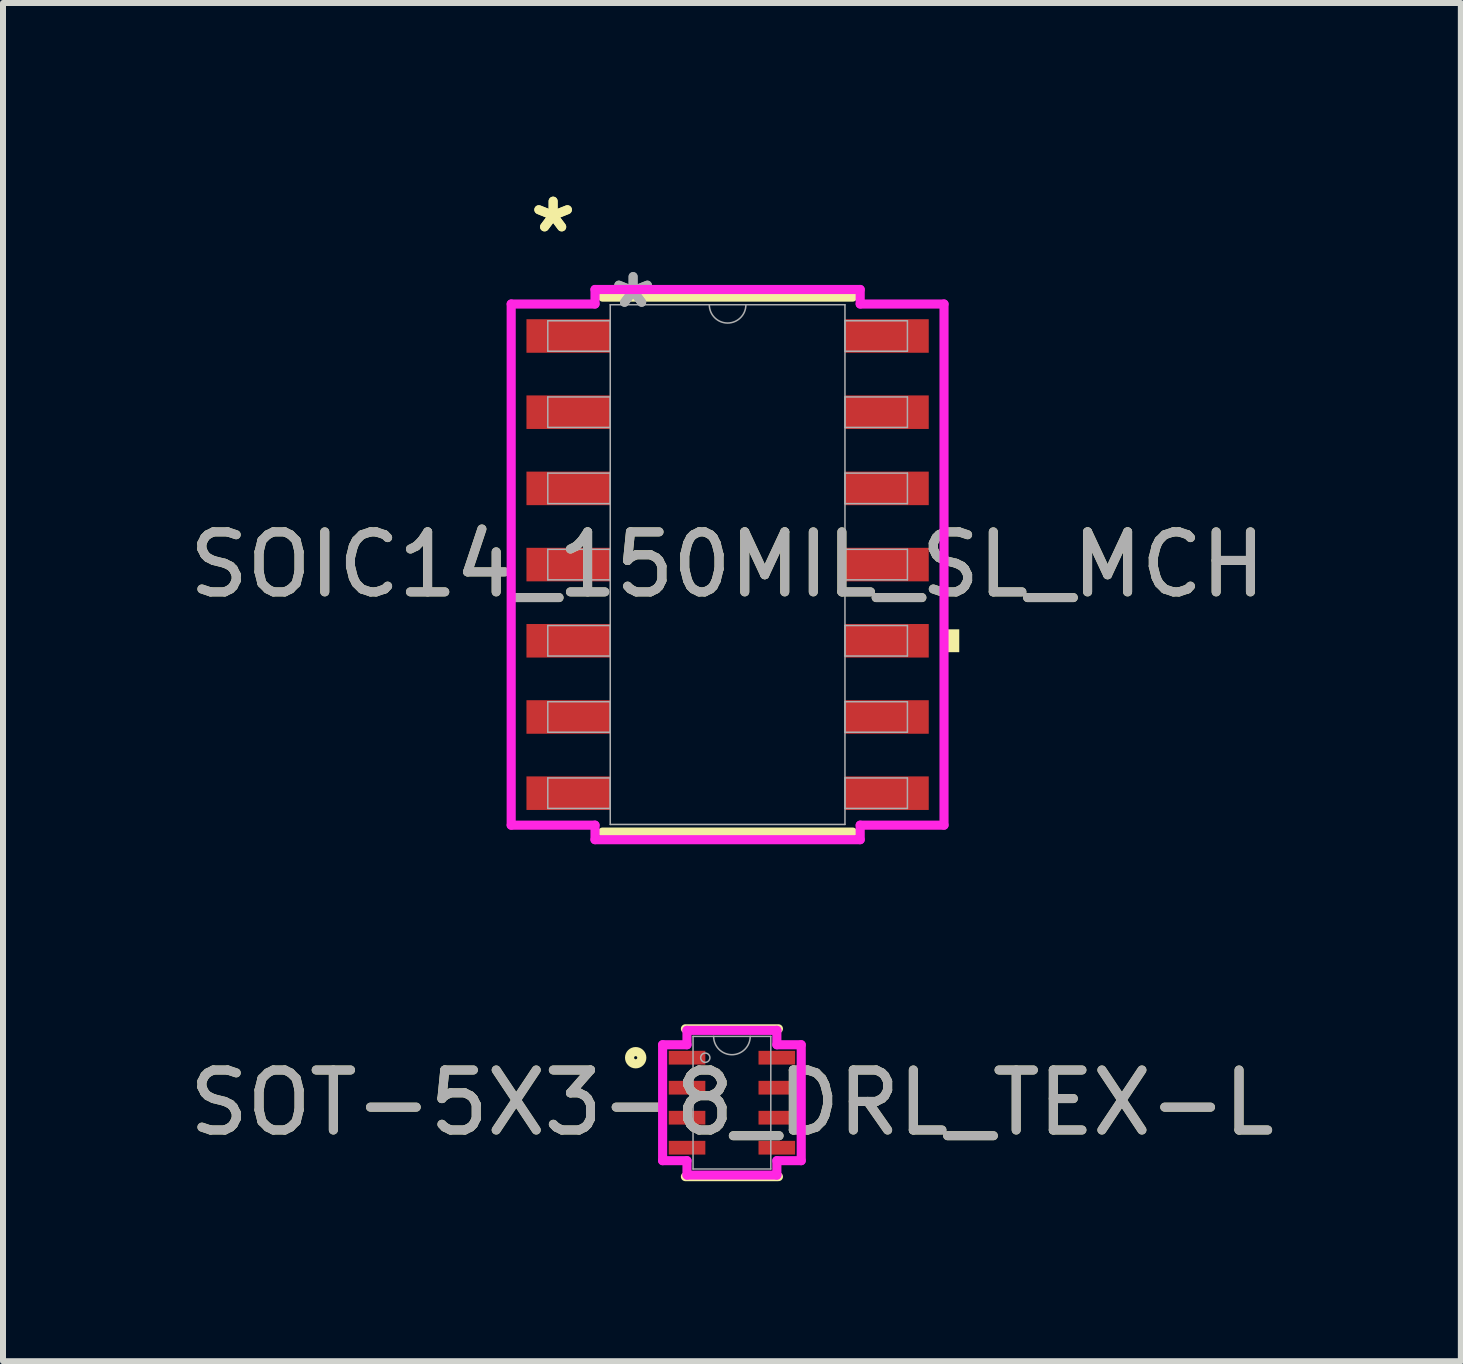
<source format=kicad_pcb>
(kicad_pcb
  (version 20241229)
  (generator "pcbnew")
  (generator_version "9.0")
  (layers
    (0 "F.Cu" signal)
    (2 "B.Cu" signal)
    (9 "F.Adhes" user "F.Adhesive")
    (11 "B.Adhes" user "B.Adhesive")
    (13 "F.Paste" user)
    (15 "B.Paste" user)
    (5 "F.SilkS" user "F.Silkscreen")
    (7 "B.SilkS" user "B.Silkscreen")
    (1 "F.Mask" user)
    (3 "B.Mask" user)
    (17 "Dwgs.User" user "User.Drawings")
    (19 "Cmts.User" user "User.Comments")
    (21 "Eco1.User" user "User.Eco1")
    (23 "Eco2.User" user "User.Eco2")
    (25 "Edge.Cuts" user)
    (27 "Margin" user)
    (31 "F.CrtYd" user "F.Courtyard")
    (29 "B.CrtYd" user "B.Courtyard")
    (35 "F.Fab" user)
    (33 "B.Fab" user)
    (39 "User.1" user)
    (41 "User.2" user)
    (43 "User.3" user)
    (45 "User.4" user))
  (footprint "SOT-5X3-8_DRL_TEX-L"
    (layer "F.Cu")
    (at 9.149 15.329)
    (property "Reference" "SOT-5X3-8_DRL_TEX-L" (at 0 0 0) (unlocked yes) (layer "F.SilkS") (effects (font (size 1 1) (thickness 0.15))))
    (attr smd)
    (fp_line (start -0.775 1.232) (end 0.775 1.232) (stroke (width 0.152) (type solid)) (layer "F.SilkS"))
    (fp_line (start 0.775 -1.232) (end -0.775 -1.232) (stroke (width 0.152) (type solid)) (layer "F.SilkS"))
    (fp_circle (center -1.604 -0.75) (end -1.502 -0.75) (stroke (width 0.152) (type solid)) (fill no) (layer "F.SilkS"))
    (fp_line (start -1.155 -0.966) (end -0.749 -0.966) (stroke (width 0.152) (type solid)) (layer "F.CrtYd"))
    (fp_line (start -1.155 0.966) (end -1.155 -0.966) (stroke (width 0.152) (type solid)) (layer "F.CrtYd"))
    (fp_line (start -1.155 0.966) (end -0.749 0.966) (stroke (width 0.152) (type solid)) (layer "F.CrtYd"))
    (fp_line (start -0.749 -1.206) (end 0.749 -1.206) (stroke (width 0.152) (type solid)) (layer "F.CrtYd"))
    (fp_line (start -0.749 -0.966) (end -0.749 -1.206) (stroke (width 0.152) (type solid)) (layer "F.CrtYd"))
    (fp_line (start -0.749 1.206) (end -0.749 0.966) (stroke (width 0.152) (type solid)) (layer "F.CrtYd"))
    (fp_line (start 0.749 -1.206) (end 0.749 -0.966) (stroke (width 0.152) (type solid)) (layer "F.CrtYd"))
    (fp_line (start 0.749 0.966) (end 0.749 1.206) (stroke (width 0.152) (type solid)) (layer "F.CrtYd"))
    (fp_line (start 0.749 1.206) (end -0.749 1.206) (stroke (width 0.152) (type solid)) (layer "F.CrtYd"))
    (fp_line (start 1.155 -0.966) (end 0.749 -0.966) (stroke (width 0.152) (type solid)) (layer "F.CrtYd"))
    (fp_line (start 1.155 -0.966) (end 1.155 0.966) (stroke (width 0.152) (type solid)) (layer "F.CrtYd"))
    (fp_line (start 1.155 0.966) (end 0.749 0.966) (stroke (width 0.152) (type solid)) (layer "F.CrtYd"))
    (fp_line (start -0.648 -1.105) (end -0.648 1.105) (stroke (width 0.025) (type solid)) (layer "F.Fab"))
    (fp_line (start -0.648 1.105) (end 0.648 1.105) (stroke (width 0.025) (type solid)) (layer "F.Fab"))
    (fp_line (start 0.648 -1.105) (end -0.648 -1.105) (stroke (width 0.025) (type solid)) (layer "F.Fab"))
    (fp_line (start 0.648 1.105) (end 0.648 -1.105) (stroke (width 0.025) (type solid)) (layer "F.Fab"))
    (fp_arc (start 0.3048 -1.1049) (mid 0 -0.8001) (end -0.3048 -1.1049) (stroke (width 0.0254) (type solid)) (layer "F.Fab"))
    (fp_circle (center -0.444 -0.75) (end -0.367 -0.75) (stroke (width 0.025) (type solid)) (fill no) (layer "F.Fab"))
    (fp_text user "${REFERENCE}" (at 0 0 0) (unlocked yes) (layer "F.Fab") (effects (font (size 1 1) (thickness 0.15))))
    (pad "1" smd rect (at -0.748 -0.75) (size 0.61 0.229) (layers "F.Cu" "F.Mask" "F.Paste"))
    (pad "2" smd rect (at -0.748 -0.25) (size 0.61 0.229) (layers "F.Cu" "F.Mask" "F.Paste"))
    (pad "3" smd rect (at -0.748 0.25) (size 0.61 0.229) (layers "F.Cu" "F.Mask" "F.Paste"))
    (pad "4" smd rect (at -0.748 0.75) (size 0.61 0.229) (layers "F.Cu" "F.Mask" "F.Paste"))
    (pad "5" smd rect (at 0.748 0.75) (size 0.61 0.229) (layers "F.Cu" "F.Mask" "F.Paste"))
    (pad "6" smd rect (at 0.748 0.25) (size 0.61 0.229) (layers "F.Cu" "F.Mask" "F.Paste"))
    (pad "7" smd rect (at 0.748 -0.25) (size 0.61 0.229) (layers "F.Cu" "F.Mask" "F.Paste"))
    (pad "8" smd rect (at 0.748 -0.75) (size 0.61 0.229) (layers "F.Cu" "F.Mask" "F.Paste")))
  (footprint "SOIC14_150MIL_SL_MCH"
    (layer "F.Cu")
    (at 9.077 6.36)
    (property "Reference" "SOIC14_150MIL_SL_MCH" (at 0 0 0) (unlocked yes) (layer "F.SilkS") (effects (font (size 1 1) (thickness 0.15))))
    (attr smd)
    (fp_line (start -2.083 4.458) (end 2.083 4.458) (stroke (width 0.152) (type solid)) (layer "F.SilkS"))
    (fp_line (start 2.083 -4.458) (end -2.083 -4.458) (stroke (width 0.152) (type solid)) (layer "F.SilkS"))
    (fp_poly (pts (xy 3.861 1.079) (xy 3.861 1.46) (xy 3.607 1.46) (xy 3.607 1.079)) (stroke (width 0) (type solid)) (fill yes) (layer "F.SilkS"))
    (fp_line (start -3.607 -4.343) (end -2.21 -4.343) (stroke (width 0.152) (type solid)) (layer "F.CrtYd"))
    (fp_line (start -3.607 4.343) (end -3.607 -4.343) (stroke (width 0.152) (type solid)) (layer "F.CrtYd"))
    (fp_line (start -3.607 4.343) (end -2.21 4.343) (stroke (width 0.152) (type solid)) (layer "F.CrtYd"))
    (fp_line (start -2.21 -4.585) (end 2.21 -4.585) (stroke (width 0.152) (type solid)) (layer "F.CrtYd"))
    (fp_line (start -2.21 -4.343) (end -2.21 -4.585) (stroke (width 0.152) (type solid)) (layer "F.CrtYd"))
    (fp_line (start -2.21 4.585) (end -2.21 4.343) (stroke (width 0.152) (type solid)) (layer "F.CrtYd"))
    (fp_line (start 2.21 -4.585) (end 2.21 -4.343) (stroke (width 0.152) (type solid)) (layer "F.CrtYd"))
    (fp_line (start 2.21 4.343) (end 2.21 4.585) (stroke (width 0.152) (type solid)) (layer "F.CrtYd"))
    (fp_line (start 2.21 4.585) (end -2.21 4.585) (stroke (width 0.152) (type solid)) (layer "F.CrtYd"))
    (fp_line (start 3.607 -4.343) (end 2.21 -4.343) (stroke (width 0.152) (type solid)) (layer "F.CrtYd"))
    (fp_line (start 3.607 -4.343) (end 3.607 4.343) (stroke (width 0.152) (type solid)) (layer "F.CrtYd"))
    (fp_line (start 3.607 4.343) (end 2.21 4.343) (stroke (width 0.152) (type solid)) (layer "F.CrtYd"))
    (fp_line (start -2.997 -4.064) (end -2.997 -3.556) (stroke (width 0.025) (type solid)) (layer "F.Fab"))
    (fp_line (start -2.997 -3.556) (end -1.956 -3.556) (stroke (width 0.025) (type solid)) (layer "F.Fab"))
    (fp_line (start -2.997 -2.794) (end -2.997 -2.286) (stroke (width 0.025) (type solid)) (layer "F.Fab"))
    (fp_line (start -2.997 -2.286) (end -1.956 -2.286) (stroke (width 0.025) (type solid)) (layer "F.Fab"))
    (fp_line (start -2.997 -1.524) (end -2.997 -1.016) (stroke (width 0.025) (type solid)) (layer "F.Fab"))
    (fp_line (start -2.997 -1.016) (end -1.956 -1.016) (stroke (width 0.025) (type solid)) (layer "F.Fab"))
    (fp_line (start -2.997 -0.254) (end -2.997 0.254) (stroke (width 0.025) (type solid)) (layer "F.Fab"))
    (fp_line (start -2.997 0.254) (end -1.956 0.254) (stroke (width 0.025) (type solid)) (layer "F.Fab"))
    (fp_line (start -2.997 1.016) (end -2.997 1.524) (stroke (width 0.025) (type solid)) (layer "F.Fab"))
    (fp_line (start -2.997 1.524) (end -1.956 1.524) (stroke (width 0.025) (type solid)) (layer "F.Fab"))
    (fp_line (start -2.997 2.286) (end -2.997 2.794) (stroke (width 0.025) (type solid)) (layer "F.Fab"))
    (fp_line (start -2.997 2.794) (end -1.956 2.794) (stroke (width 0.025) (type solid)) (layer "F.Fab"))
    (fp_line (start -2.997 3.556) (end -2.997 4.064) (stroke (width 0.025) (type solid)) (layer "F.Fab"))
    (fp_line (start -2.997 4.064) (end -1.956 4.064) (stroke (width 0.025) (type solid)) (layer "F.Fab"))
    (fp_line (start -1.956 -4.331) (end -1.956 4.331) (stroke (width 0.025) (type solid)) (layer "F.Fab"))
    (fp_line (start -1.956 -4.064) (end -2.997 -4.064) (stroke (width 0.025) (type solid)) (layer "F.Fab"))
    (fp_line (start -1.956 -3.556) (end -1.956 -4.064) (stroke (width 0.025) (type solid)) (layer "F.Fab"))
    (fp_line (start -1.956 -2.794) (end -2.997 -2.794) (stroke (width 0.025) (type solid)) (layer "F.Fab"))
    (fp_line (start -1.956 -2.286) (end -1.956 -2.794) (stroke (width 0.025) (type solid)) (layer "F.Fab"))
    (fp_line (start -1.956 -1.524) (end -2.997 -1.524) (stroke (width 0.025) (type solid)) (layer "F.Fab"))
    (fp_line (start -1.956 -1.016) (end -1.956 -1.524) (stroke (width 0.025) (type solid)) (layer "F.Fab"))
    (fp_line (start -1.956 -0.254) (end -2.997 -0.254) (stroke (width 0.025) (type solid)) (layer "F.Fab"))
    (fp_line (start -1.956 0.254) (end -1.956 -0.254) (stroke (width 0.025) (type solid)) (layer "F.Fab"))
    (fp_line (start -1.956 1.016) (end -2.997 1.016) (stroke (width 0.025) (type solid)) (layer "F.Fab"))
    (fp_line (start -1.956 1.524) (end -1.956 1.016) (stroke (width 0.025) (type solid)) (layer "F.Fab"))
    (fp_line (start -1.956 2.286) (end -2.997 2.286) (stroke (width 0.025) (type solid)) (layer "F.Fab"))
    (fp_line (start -1.956 2.794) (end -1.956 2.286) (stroke (width 0.025) (type solid)) (layer "F.Fab"))
    (fp_line (start -1.956 3.556) (end -2.997 3.556) (stroke (width 0.025) (type solid)) (layer "F.Fab"))
    (fp_line (start -1.956 4.064) (end -1.956 3.556) (stroke (width 0.025) (type solid)) (layer "F.Fab"))
    (fp_line (start -1.956 4.331) (end 1.956 4.331) (stroke (width 0.025) (type solid)) (layer "F.Fab"))
    (fp_line (start 1.956 -4.331) (end -1.956 -4.331) (stroke (width 0.025) (type solid)) (layer "F.Fab"))
    (fp_line (start 1.956 -4.064) (end 1.956 -3.556) (stroke (width 0.025) (type solid)) (layer "F.Fab"))
    (fp_line (start 1.956 -3.556) (end 2.997 -3.556) (stroke (width 0.025) (type solid)) (layer "F.Fab"))
    (fp_line (start 1.956 -2.794) (end 1.956 -2.286) (stroke (width 0.025) (type solid)) (layer "F.Fab"))
    (fp_line (start 1.956 -2.286) (end 2.997 -2.286) (stroke (width 0.025) (type solid)) (layer "F.Fab"))
    (fp_line (start 1.956 -1.524) (end 1.956 -1.016) (stroke (width 0.025) (type solid)) (layer "F.Fab"))
    (fp_line (start 1.956 -1.016) (end 2.997 -1.016) (stroke (width 0.025) (type solid)) (layer "F.Fab"))
    (fp_line (start 1.956 -0.254) (end 1.956 0.254) (stroke (width 0.025) (type solid)) (layer "F.Fab"))
    (fp_line (start 1.956 0.254) (end 2.997 0.254) (stroke (width 0.025) (type solid)) (layer "F.Fab"))
    (fp_line (start 1.956 1.016) (end 1.956 1.524) (stroke (width 0.025) (type solid)) (layer "F.Fab"))
    (fp_line (start 1.956 1.524) (end 2.997 1.524) (stroke (width 0.025) (type solid)) (layer "F.Fab"))
    (fp_line (start 1.956 2.286) (end 1.956 2.794) (stroke (width 0.025) (type solid)) (layer "F.Fab"))
    (fp_line (start 1.956 2.794) (end 2.997 2.794) (stroke (width 0.025) (type solid)) (layer "F.Fab"))
    (fp_line (start 1.956 3.556) (end 1.956 4.064) (stroke (width 0.025) (type solid)) (layer "F.Fab"))
    (fp_line (start 1.956 4.064) (end 2.997 4.064) (stroke (width 0.025) (type solid)) (layer "F.Fab"))
    (fp_line (start 1.956 4.331) (end 1.956 -4.331) (stroke (width 0.025) (type solid)) (layer "F.Fab"))
    (fp_line (start 2.997 -4.064) (end 1.956 -4.064) (stroke (width 0.025) (type solid)) (layer "F.Fab"))
    (fp_line (start 2.997 -3.556) (end 2.997 -4.064) (stroke (width 0.025) (type solid)) (layer "F.Fab"))
    (fp_line (start 2.997 -2.794) (end 1.956 -2.794) (stroke (width 0.025) (type solid)) (layer "F.Fab"))
    (fp_line (start 2.997 -2.286) (end 2.997 -2.794) (stroke (width 0.025) (type solid)) (layer "F.Fab"))
    (fp_line (start 2.997 -1.524) (end 1.956 -1.524) (stroke (width 0.025) (type solid)) (layer "F.Fab"))
    (fp_line (start 2.997 -1.016) (end 2.997 -1.524) (stroke (width 0.025) (type solid)) (layer "F.Fab"))
    (fp_line (start 2.997 -0.254) (end 1.956 -0.254) (stroke (width 0.025) (type solid)) (layer "F.Fab"))
    (fp_line (start 2.997 0.254) (end 2.997 -0.254) (stroke (width 0.025) (type solid)) (layer "F.Fab"))
    (fp_line (start 2.997 1.016) (end 1.956 1.016) (stroke (width 0.025) (type solid)) (layer "F.Fab"))
    (fp_line (start 2.997 1.524) (end 2.997 1.016) (stroke (width 0.025) (type solid)) (layer "F.Fab"))
    (fp_line (start 2.997 2.286) (end 1.956 2.286) (stroke (width 0.025) (type solid)) (layer "F.Fab"))
    (fp_line (start 2.997 2.794) (end 2.997 2.286) (stroke (width 0.025) (type solid)) (layer "F.Fab"))
    (fp_line (start 2.997 3.556) (end 1.956 3.556) (stroke (width 0.025) (type solid)) (layer "F.Fab"))
    (fp_line (start 2.997 4.064) (end 2.997 3.556) (stroke (width 0.025) (type solid)) (layer "F.Fab"))
    (fp_arc (start 0.3048 -4.3307) (mid 0 -4.0259) (end -0.3048 -4.3307) (stroke (width 0.0254) (type solid)) (layer "F.Fab"))
    (fp_text user "*" (at -2.908 -5.512 0) (unlocked yes) (layer "F.SilkS") (effects (font (size 1 1) (thickness 0.15))))
    (fp_text user "*" (at -2.908 -5.512 0) (layer "F.SilkS") (effects (font (size 1 1) (thickness 0.15))))
    (fp_text user "${REFERENCE}" (at 0 0 0) (unlocked yes) (layer "F.Fab") (effects (font (size 1 1) (thickness 0.15))))
    (fp_text user "*" (at -1.575 -4.255 0) (unlocked yes) (layer "F.Fab") (effects (font (size 1 1) (thickness 0.15))))
    (fp_text user "*" (at -1.575 -4.255 0) (layer "F.Fab") (effects (font (size 1 1) (thickness 0.15))))
    (pad "1" smd rect (at -2.654 -3.81) (size 1.397 0.559) (layers "F.Cu" "F.Mask" "F.Paste"))
    (pad "2" smd rect (at -2.654 -2.54) (size 1.397 0.559) (layers "F.Cu" "F.Mask" "F.Paste"))
    (pad "3" smd rect (at -2.654 -1.27) (size 1.397 0.559) (layers "F.Cu" "F.Mask" "F.Paste"))
    (pad "4" smd rect (at -2.654 0) (size 1.397 0.559) (layers "F.Cu" "F.Mask" "F.Paste"))
    (pad "5" smd rect (at -2.654 1.27) (size 1.397 0.559) (layers "F.Cu" "F.Mask" "F.Paste"))
    (pad "6" smd rect (at -2.654 2.54) (size 1.397 0.559) (layers "F.Cu" "F.Mask" "F.Paste"))
    (pad "7" smd rect (at -2.654 3.81) (size 1.397 0.559) (layers "F.Cu" "F.Mask" "F.Paste"))
    (pad "8" smd rect (at 2.654 3.81) (size 1.397 0.559) (layers "F.Cu" "F.Mask" "F.Paste"))
    (pad "9" smd rect (at 2.654 2.54) (size 1.397 0.559) (layers "F.Cu" "F.Mask" "F.Paste"))
    (pad "10" smd rect (at 2.654 1.27) (size 1.397 0.559) (layers "F.Cu" "F.Mask" "F.Paste"))
    (pad "11" smd rect (at 2.654 0) (size 1.397 0.559) (layers "F.Cu" "F.Mask" "F.Paste"))
    (pad "12" smd rect (at 2.654 -1.27) (size 1.397 0.559) (layers "F.Cu" "F.Mask" "F.Paste"))
    (pad "13" smd rect (at 2.654 -2.54) (size 1.397 0.559) (layers "F.Cu" "F.Mask" "F.Paste"))
    (pad "14" smd rect (at 2.654 -3.81) (size 1.397 0.559) (layers "F.Cu" "F.Mask" "F.Paste")))
  (gr_rect
    (start -3 -3)
    (end 21.298 19.637)
    (stroke (width 0.1) (type default))
    (fill no)
    (layer "Edge.Cuts")))
</source>
